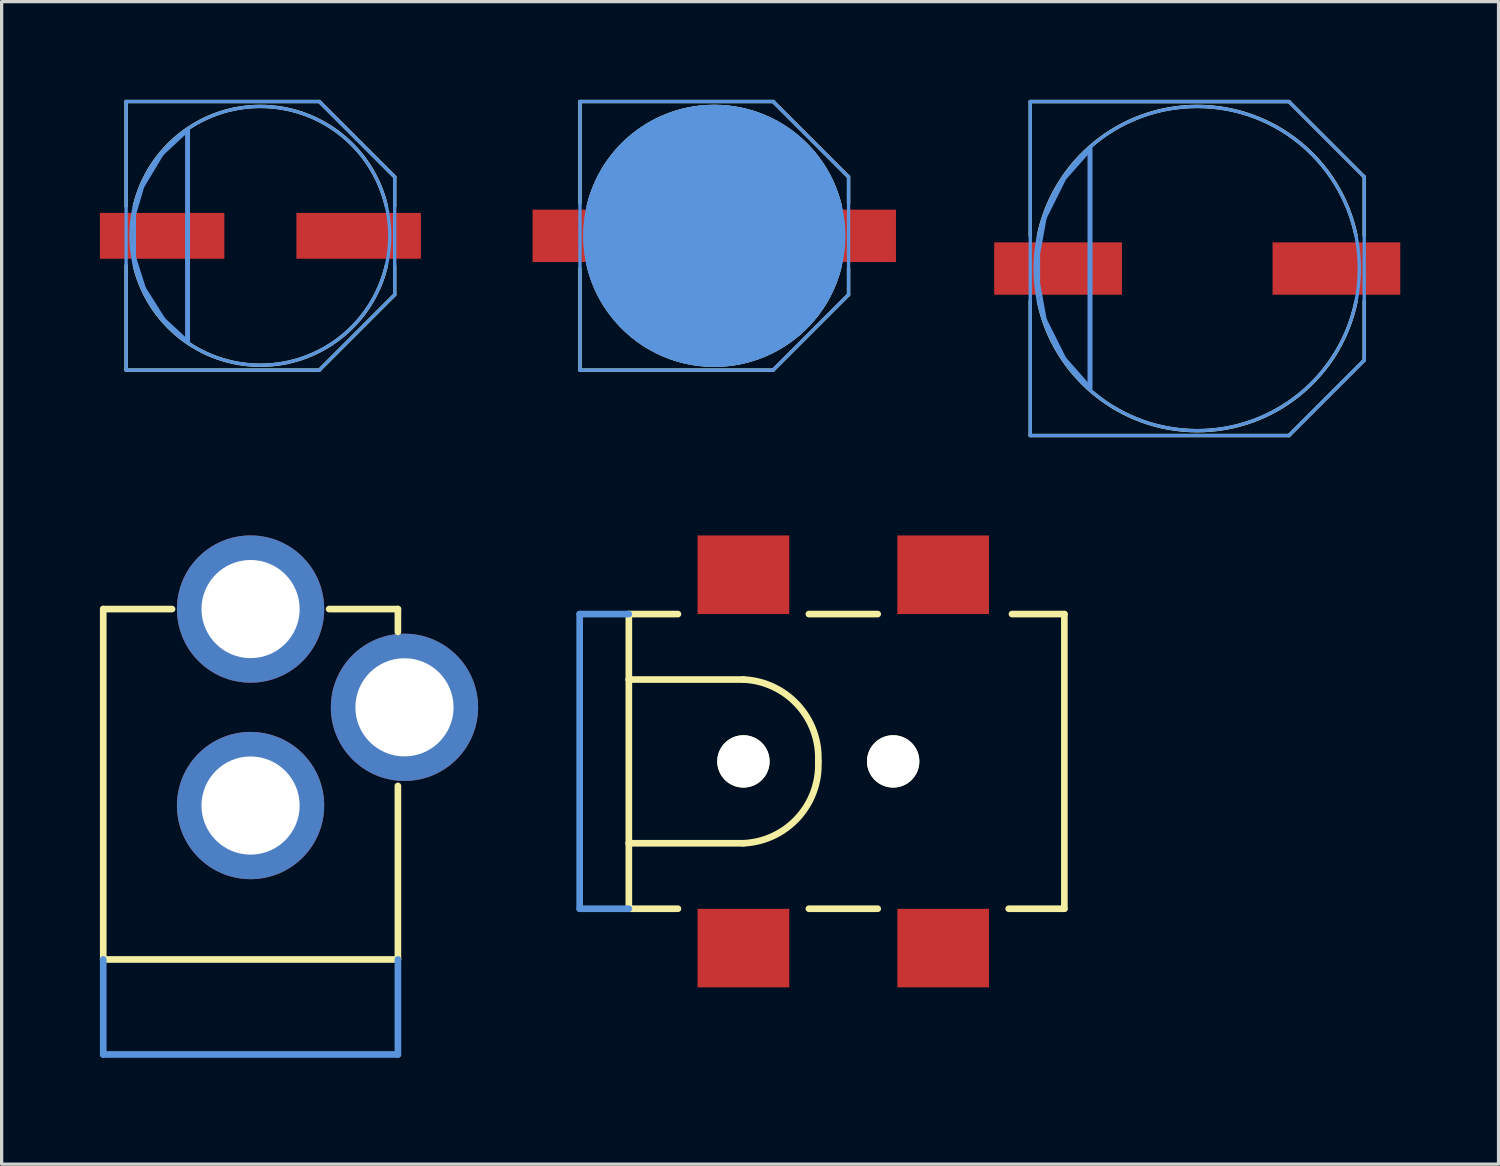
<source format=kicad_pcb>
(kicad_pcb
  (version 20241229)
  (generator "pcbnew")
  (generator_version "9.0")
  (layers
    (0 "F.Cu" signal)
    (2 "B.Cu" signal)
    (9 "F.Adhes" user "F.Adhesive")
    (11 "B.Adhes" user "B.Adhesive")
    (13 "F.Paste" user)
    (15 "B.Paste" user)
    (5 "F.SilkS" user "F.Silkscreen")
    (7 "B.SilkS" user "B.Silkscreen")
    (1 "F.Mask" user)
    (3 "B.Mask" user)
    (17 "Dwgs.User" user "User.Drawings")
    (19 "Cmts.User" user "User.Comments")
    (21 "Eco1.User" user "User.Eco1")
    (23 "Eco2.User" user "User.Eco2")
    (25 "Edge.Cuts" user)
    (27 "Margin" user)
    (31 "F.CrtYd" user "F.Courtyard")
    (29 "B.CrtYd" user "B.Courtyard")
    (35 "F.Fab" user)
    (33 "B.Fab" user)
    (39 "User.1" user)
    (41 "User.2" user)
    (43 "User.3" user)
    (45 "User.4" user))
  (footprint "POWER_JACK_PTH"
    (layer "F.Cu")
    (at 4.6 29.243)
    (property "Reference" "POWER_JACK_PTH" (at -1.016 -4.318 0) (layer "Eco1.User") (effects (font (size 0.406 0.406) (thickness 0.03))))
    (attr through_hole)
    (fp_line (start -4.498 -13.698) (end -2.398 -13.698) (stroke (width 0.203) (type solid)) (layer "F.SilkS"))
    (fp_line (start -4.498 -3) (end -4.498 -13.698) (stroke (width 0.203) (type solid)) (layer "F.SilkS"))
    (fp_line (start -4.498 -3) (end 4.498 -3) (stroke (width 0.203) (type solid)) (layer "F.SilkS"))
    (fp_line (start 4.498 -13.698) (end 2.398 -13.698) (stroke (width 0.203) (type solid)) (layer "F.SilkS"))
    (fp_line (start 4.498 -13.698) (end 4.498 -13) (stroke (width 0.203) (type solid)) (layer "F.SilkS"))
    (fp_line (start 4.498 -3) (end 4.498 -8.298) (stroke (width 0.203) (type solid)) (layer "F.SilkS"))
    (fp_line (start -4.498 -3) (end -4.498 -0.099) (stroke (width 0.203) (type solid)) (layer "Cmts.User"))
    (fp_line (start 4.498 -0.099) (end -4.498 -0.099) (stroke (width 0.203) (type solid)) (layer "Cmts.User"))
    (fp_line (start 4.498 -0.099) (end 4.498 -3) (stroke (width 0.203) (type solid)) (layer "Cmts.User"))
    (pad "1" thru_hole oval (at 0 -7.699) (size 4.496 4.496) (drill 2.997) (layers "*.Cu" "*.Mask"))
    (pad "2" thru_hole oval (at 0 -13.698) (size 4.496 4.496) (drill 2.997) (layers "*.Cu" "*.Mask"))
    (pad "3" thru_hole oval (at 4.699 -10.698 90) (size 4.496 4.496) (drill 2.997) (layers "*.Cu" "*.Mask")))
  (footprint "POWER_JACK_SMD"
    (layer "F.Cu")
    (at 19.647 20.196)
    (property "Reference" "POWER_JACK_SMD" (at 0 0 0) (layer "Cmts.User") (effects (font (size 0.001 0.001) (thickness 0.000001))))
    (attr through_hole)
    (fp_line (start -3.498 -4.498) (end -3.498 -2.499) (stroke (width 0.203) (type solid)) (layer "F.SilkS"))
    (fp_line (start -3.498 -4.498) (end -1.999 -4.498) (stroke (width 0.203) (type solid)) (layer "F.SilkS"))
    (fp_line (start -3.498 -2.499) (end -3.498 2.499) (stroke (width 0.203) (type solid)) (layer "F.SilkS"))
    (fp_line (start -3.498 -2.499) (end 0 -2.499) (stroke (width 0.203) (type solid)) (layer "F.SilkS"))
    (fp_line (start -3.498 2.499) (end -3.498 4.498) (stroke (width 0.203) (type solid)) (layer "F.SilkS"))
    (fp_line (start -1.999 4.498) (end -3.498 4.498) (stroke (width 0.203) (type solid)) (layer "F.SilkS"))
    (fp_line (start 0 2.499) (end -3.498 2.499) (stroke (width 0.203) (type solid)) (layer "F.SilkS"))
    (fp_line (start 1.999 -4.498) (end 4.1 -4.498) (stroke (width 0.203) (type solid)) (layer "F.SilkS"))
    (fp_line (start 4.1 4.498) (end 1.999 4.498) (stroke (width 0.203) (type solid)) (layer "F.SilkS"))
    (fp_line (start 8.199 -4.498) (end 9.799 -4.498) (stroke (width 0.203) (type solid)) (layer "F.SilkS"))
    (fp_line (start 9.799 -4.498) (end 9.799 4.498) (stroke (width 0.203) (type solid)) (layer "F.SilkS"))
    (fp_line (start 9.799 4.498) (end 8.098 4.498) (stroke (width 0.203) (type solid)) (layer "F.SilkS"))
    (fp_arc (start 0 -2.49936) (mid 1.660634 -1.723126) (end 2.286 0) (stroke (width 0.2032) (type solid)) (layer "F.SilkS"))
    (fp_arc (start 2.286 0) (mid 1.660634 1.723126) (end 0 2.49936) (stroke (width 0.2032) (type solid)) (layer "F.SilkS"))
    (fp_line (start -4.999 -4.498) (end -4.999 4.498) (stroke (width 0.203) (type solid)) (layer "Cmts.User"))
    (fp_line (start -4.999 -4.498) (end -3.498 -4.498) (stroke (width 0.203) (type solid)) (layer "Cmts.User"))
    (fp_line (start -3.498 4.498) (end -4.999 4.498) (stroke (width 0.203) (type solid)) (layer "Cmts.User"))
    (pad "" np_thru_hole circle (at 0 0) (size 1.598 1.598) (drill 1.598) (layers "*.Cu" "*.Mask" "F.SilkS"))
    (pad "" np_thru_hole circle (at 4.572 0) (size 1.598 1.598) (drill 1.598) (layers "*.Cu" "*.Mask" "F.SilkS"))
    (pad "GND" smd rect (at 0 5.7) (size 2.799 2.398) (layers "F.Cu" "F.Mask" "F.Paste"))
    (pad "P$4" smd rect (at 6.099 5.7) (size 2.799 2.398) (layers "F.Cu" "F.Mask" "F.Paste"))
    (pad "VIN0" smd rect (at 0 -5.7) (size 2.799 2.398) (layers "F.Cu" "F.Mask" "F.Paste"))
    (pad "VIN1" smd rect (at 6.099 -5.7) (size 2.799 2.398) (layers "F.Cu" "F.Mask" "F.Paste")))
  (footprint "PANASONIC_F"
    (layer "F.Cu")
    (at 18.757 4.15)
    (property "Reference" "PANASONIC_F" (at 0.284 -0.79 0) (layer "Eco1.User") (effects (font (size 1.016 1.016) (thickness 0.081))))
    (attr through_hole)
    (fp_line (start -4.1 -4.1) (end 1.798 -4.1) (stroke (width 0.102) (type solid)) (layer "F.SilkS"))
    (fp_line (start -4.1 -0.998) (end -4.1 -4.1) (stroke (width 0.102) (type solid)) (layer "F.SilkS"))
    (fp_line (start -4.1 4.1) (end -4.1 0.998) (stroke (width 0.102) (type solid)) (layer "F.SilkS"))
    (fp_line (start 1.798 -4.1) (end 4.1 -1.798) (stroke (width 0.102) (type solid)) (layer "F.SilkS"))
    (fp_line (start 1.798 4.1) (end -4.1 4.1) (stroke (width 0.102) (type solid)) (layer "F.SilkS"))
    (fp_line (start 4.1 -1.798) (end 4.1 -0.998) (stroke (width 0.102) (type solid)) (layer "F.SilkS"))
    (fp_line (start 4.1 0.998) (end 4.1 1.798) (stroke (width 0.102) (type solid)) (layer "F.SilkS"))
    (fp_line (start 4.1 1.798) (end 1.798 4.1) (stroke (width 0.102) (type solid)) (layer "F.SilkS"))
    (fp_arc (start -3.8481 -0.89916) (mid -0.003314 -3.951753) (end 3.846587 -0.905612) (stroke (width 0.1016) (type solid)) (layer "F.SilkS"))
    (fp_arc (start 3.846587 0.905612) (mid -0.003314 3.951753) (end -3.8481 0.89916) (stroke (width 0.1016) (type solid)) (layer "F.SilkS"))
    (fp_line (start -4.1 -4.1) (end 1.798 -4.1) (stroke (width 0.102) (type solid)) (layer "Cmts.User"))
    (fp_line (start -4.1 4.1) (end -4.1 -4.1) (stroke (width 0.102) (type solid)) (layer "Cmts.User"))
    (fp_line (start -3.848 -0.648) (end -3.848 0.648) (stroke (width 0.102) (type solid)) (layer "Cmts.User"))
    (fp_line (start -3.848 0.648) (end -3.548 1.598) (stroke (width 0.102) (type solid)) (layer "Cmts.User"))
    (fp_line (start -3.599 -1.499) (end -3.848 -0.648) (stroke (width 0.102) (type solid)) (layer "Cmts.User"))
    (fp_line (start -3.548 1.598) (end -2.949 2.548) (stroke (width 0.102) (type solid)) (layer "Cmts.User"))
    (fp_line (start -3 -2.499) (end -3.599 -1.499) (stroke (width 0.102) (type solid)) (layer "Cmts.User"))
    (fp_line (start -2.949 2.548) (end -2.248 3.198) (stroke (width 0.102) (type solid)) (layer "Cmts.User"))
    (fp_line (start -2.248 -3.198) (end -3 -2.499) (stroke (width 0.102) (type solid)) (layer "Cmts.User"))
    (fp_line (start -2.248 -3.15) (end -2.248 -3.198) (stroke (width 0.102) (type solid)) (layer "Cmts.User"))
    (fp_line (start -2.248 3.198) (end -2.248 -3.15) (stroke (width 0.102) (type solid)) (layer "Cmts.User"))
    (fp_line (start -2.2 -3.249) (end -2.2 3.249) (stroke (width 0.102) (type solid)) (layer "Cmts.User"))
    (fp_line (start 1.798 -4.1) (end 4.1 -1.798) (stroke (width 0.102) (type solid)) (layer "Cmts.User"))
    (fp_line (start 1.798 4.1) (end -4.1 4.1) (stroke (width 0.102) (type solid)) (layer "Cmts.User"))
    (fp_line (start 4.1 -1.798) (end 4.1 1.798) (stroke (width 0.102) (type solid)) (layer "Cmts.User"))
    (fp_line (start 4.1 1.798) (end 1.798 4.1) (stroke (width 0.102) (type solid)) (layer "Cmts.User"))
    (fp_circle (center 0 0) (end 3.95 0) (stroke (width 0.102) (type solid)) (fill no) (layer "Cmts.User"))
    (fp_circle (center 0 0) (end 3.998 0) (stroke (width 0) (type solid)) (fill yes) (layer "Cmts.User"))
    (pad "+" smd rect (at 3.548 0) (size 3.998 1.598) (layers "F.Cu" "F.Mask" "F.Paste"))
    (pad "-" smd rect (at -3.548 0) (size 3.998 1.598) (layers "F.Cu" "F.Mask" "F.Paste")))
  (footprint "PANASONIC_G"
    (layer "F.Cu")
    (at 33.503 5.149)
    (property "Reference" "PANASONIC_G" (at -0.516 -1.24 0) (layer "Eco1.User") (effects (font (size 1.016 1.016) (thickness 0.081))))
    (attr through_hole)
    (fp_line (start -5.098 -5.098) (end 2.799 -5.098) (stroke (width 0.102) (type solid)) (layer "F.SilkS"))
    (fp_line (start -5.098 -0.998) (end -5.098 -5.098) (stroke (width 0.102) (type solid)) (layer "F.SilkS"))
    (fp_line (start -5.098 5.098) (end -5.098 0.998) (stroke (width 0.102) (type solid)) (layer "F.SilkS"))
    (fp_line (start 2.799 -5.098) (end 5.098 -2.799) (stroke (width 0.102) (type solid)) (layer "F.SilkS"))
    (fp_line (start 2.799 5.098) (end -5.098 5.098) (stroke (width 0.102) (type solid)) (layer "F.SilkS"))
    (fp_line (start 5.098 -2.799) (end 5.098 -0.998) (stroke (width 0.102) (type solid)) (layer "F.SilkS"))
    (fp_line (start 5.098 0.998) (end 5.098 2.799) (stroke (width 0.102) (type solid)) (layer "F.SilkS"))
    (fp_line (start 5.098 2.799) (end 2.799 5.098) (stroke (width 0.102) (type solid)) (layer "F.SilkS"))
    (fp_arc (start -4.84886 -0.99822) (mid -0.005807 -4.950541) (end 4.846505 -1.009593) (stroke (width 0.1016) (type solid)) (layer "F.SilkS"))
    (fp_arc (start 4.846505 1.009593) (mid -0.005807 4.950541) (end -4.84886 0.99822) (stroke (width 0.1016) (type solid)) (layer "F.SilkS"))
    (fp_line (start -5.098 -5.098) (end 2.799 -5.098) (stroke (width 0.102) (type solid)) (layer "Cmts.User"))
    (fp_line (start -5.098 5.098) (end -5.098 -5.098) (stroke (width 0.102) (type solid)) (layer "Cmts.User"))
    (fp_line (start -4.849 -0.45) (end -4.849 0.45) (stroke (width 0.102) (type solid)) (layer "Cmts.User"))
    (fp_line (start -4.849 0.45) (end -4.648 1.549) (stroke (width 0.102) (type solid)) (layer "Cmts.User"))
    (fp_line (start -4.648 -1.549) (end -4.849 -0.45) (stroke (width 0.102) (type solid)) (layer "Cmts.User"))
    (fp_line (start -4.648 1.549) (end -4.049 2.748) (stroke (width 0.102) (type solid)) (layer "Cmts.User"))
    (fp_line (start -4.049 -2.748) (end -4.648 -1.549) (stroke (width 0.102) (type solid)) (layer "Cmts.User"))
    (fp_line (start -4.049 2.748) (end -3.299 3.599) (stroke (width 0.102) (type solid)) (layer "Cmts.User"))
    (fp_line (start -3.299 -3.599) (end -4.049 -2.748) (stroke (width 0.102) (type solid)) (layer "Cmts.User"))
    (fp_line (start -3.299 -3.548) (end -3.299 -3.599) (stroke (width 0.102) (type solid)) (layer "Cmts.User"))
    (fp_line (start -3.299 3.599) (end -3.299 -3.548) (stroke (width 0.102) (type solid)) (layer "Cmts.User"))
    (fp_line (start -3.249 -3.698) (end -3.249 3.65) (stroke (width 0.102) (type solid)) (layer "Cmts.User"))
    (fp_line (start 2.799 -5.098) (end 5.098 -2.799) (stroke (width 0.102) (type solid)) (layer "Cmts.User"))
    (fp_line (start 2.799 5.098) (end -5.098 5.098) (stroke (width 0.102) (type solid)) (layer "Cmts.User"))
    (fp_line (start 5.098 -2.799) (end 5.098 2.799) (stroke (width 0.102) (type solid)) (layer "Cmts.User"))
    (fp_line (start 5.098 2.799) (end 2.799 5.098) (stroke (width 0.102) (type solid)) (layer "Cmts.User"))
    (fp_circle (center 0 0) (end 4.948 0) (stroke (width 0.102) (type solid)) (fill no) (layer "Cmts.User"))
    (pad "+" smd rect (at 4.249 0) (size 3.899 1.598) (layers "F.Cu" "F.Mask" "F.Paste"))
    (pad "-" smd rect (at -4.249 0) (size 3.899 1.598) (layers "F.Cu" "F.Mask" "F.Paste")))
  (footprint "PANASONIC_E"
    (layer "F.Cu")
    (at 4.9 4.15)
    (property "Reference" "PANASONIC_E" (at 0.234 -0.79 0) (layer "Eco1.User") (effects (font (size 1.016 1.016) (thickness 0.081))))
    (attr through_hole)
    (fp_line (start -4.1 -4.1) (end 1.798 -4.1) (stroke (width 0.102) (type solid)) (layer "F.SilkS"))
    (fp_line (start -4.1 -0.899) (end -4.1 -4.1) (stroke (width 0.102) (type solid)) (layer "F.SilkS"))
    (fp_line (start -4.1 4.1) (end -4.1 0.899) (stroke (width 0.102) (type solid)) (layer "F.SilkS"))
    (fp_line (start 1.798 -4.1) (end 4.1 -1.798) (stroke (width 0.102) (type solid)) (layer "F.SilkS"))
    (fp_line (start 1.798 4.1) (end -4.1 4.1) (stroke (width 0.102) (type solid)) (layer "F.SilkS"))
    (fp_line (start 4.1 -1.798) (end 4.1 -0.899) (stroke (width 0.102) (type solid)) (layer "F.SilkS"))
    (fp_line (start 4.1 0.899) (end 4.1 1.798) (stroke (width 0.102) (type solid)) (layer "F.SilkS"))
    (fp_line (start 4.1 1.798) (end 1.798 4.1) (stroke (width 0.102) (type solid)) (layer "F.SilkS"))
    (fp_arc (start -3.8481 -0.89916) (mid -0.003314 -3.951753) (end 3.846587 -0.905612) (stroke (width 0.1016) (type solid)) (layer "F.SilkS"))
    (fp_arc (start 3.846587 0.905612) (mid -0.003314 3.951753) (end -3.8481 0.89916) (stroke (width 0.1016) (type solid)) (layer "F.SilkS"))
    (fp_line (start -4.1 -4.1) (end 1.798 -4.1) (stroke (width 0.102) (type solid)) (layer "Cmts.User"))
    (fp_line (start -4.1 4.1) (end -4.1 -4.1) (stroke (width 0.102) (type solid)) (layer "Cmts.User"))
    (fp_line (start -3.848 -0.648) (end -3.848 0.648) (stroke (width 0.102) (type solid)) (layer "Cmts.User"))
    (fp_line (start -3.848 0.648) (end -3.548 1.598) (stroke (width 0.102) (type solid)) (layer "Cmts.User"))
    (fp_line (start -3.599 -1.499) (end -3.848 -0.648) (stroke (width 0.102) (type solid)) (layer "Cmts.User"))
    (fp_line (start -3.548 1.598) (end -2.949 2.548) (stroke (width 0.102) (type solid)) (layer "Cmts.User"))
    (fp_line (start -3 -2.499) (end -3.599 -1.499) (stroke (width 0.102) (type solid)) (layer "Cmts.User"))
    (fp_line (start -2.949 2.548) (end -2.248 3.198) (stroke (width 0.102) (type solid)) (layer "Cmts.User"))
    (fp_line (start -2.248 -3.198) (end -3 -2.499) (stroke (width 0.102) (type solid)) (layer "Cmts.User"))
    (fp_line (start -2.248 -3.15) (end -2.248 -3.198) (stroke (width 0.102) (type solid)) (layer "Cmts.User"))
    (fp_line (start -2.248 3.198) (end -2.248 -3.15) (stroke (width 0.102) (type solid)) (layer "Cmts.User"))
    (fp_line (start -2.2 -3.249) (end -2.2 3.249) (stroke (width 0.102) (type solid)) (layer "Cmts.User"))
    (fp_line (start 1.798 -4.1) (end 4.1 -1.798) (stroke (width 0.102) (type solid)) (layer "Cmts.User"))
    (fp_line (start 1.798 4.1) (end -4.1 4.1) (stroke (width 0.102) (type solid)) (layer "Cmts.User"))
    (fp_line (start 4.1 -1.798) (end 4.1 1.798) (stroke (width 0.102) (type solid)) (layer "Cmts.User"))
    (fp_line (start 4.1 1.798) (end 1.798 4.1) (stroke (width 0.102) (type solid)) (layer "Cmts.User"))
    (fp_circle (center 0 0) (end 3.95 0) (stroke (width 0.102) (type solid)) (fill no) (layer "Cmts.User"))
    (pad "+" smd rect (at 3 0) (size 3.8 1.4) (layers "F.Cu" "F.Mask" "F.Paste"))
    (pad "-" smd rect (at -3 0) (size 3.8 1.4) (layers "F.Cu" "F.Mask" "F.Paste")))
  (gr_rect
    (start -3 -3)
    (end 42.702 32.493)
    (stroke (width 0.1) (type default))
    (fill no)
    (layer "Edge.Cuts")))
</source>
